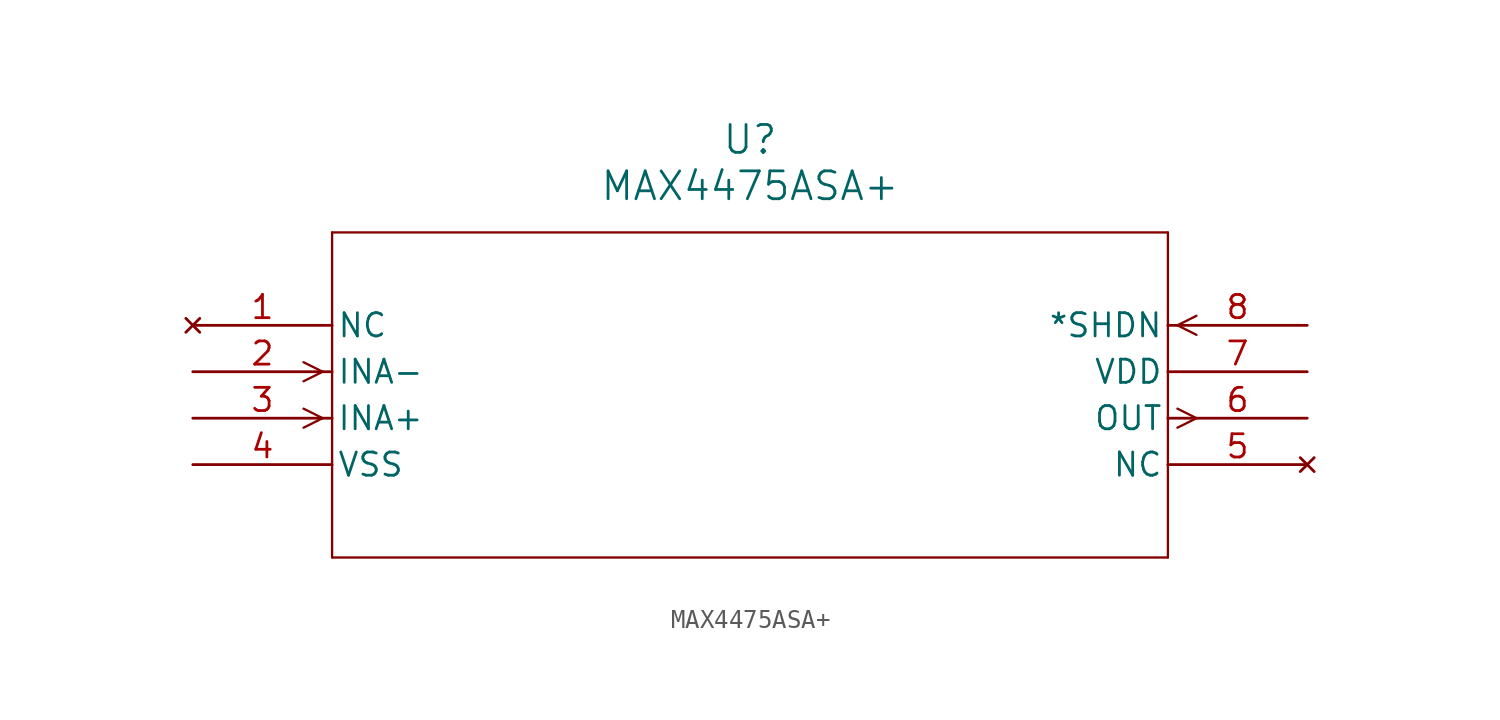
<source format=kicad_sym>
(kicad_symbol_lib
  (version 20211014)
  (generator kicad_symbol_editor)
  (symbol "MAX4475ASA+"
    (pin_names
      (offset 0.254))
    (property "Reference" "U"
      (at 30.48 10.16 0)
      (effects (font (size 1.524 1.524))))
    (property "Value" "MAX4475ASA+"
      (at 30.48 7.62 0)
      (effects (font (size 1.524 1.524))))
    (symbol "MAX4475ASA+_0_1"
      (polyline (pts (xy 7.099 -2.54) (xy 6.058 -2.019)) (stroke (width 0.127) (type default) (color 0 0 0 0)) (fill (type none)))
      (polyline (pts (xy 7.099 -2.54) (xy 6.058 -3.061)) (stroke (width 0.127) (type default) (color 0 0 0 0)) (fill (type none)))
      (polyline (pts (xy 7.099 -5.08) (xy 6.058 -4.559)) (stroke (width 0.127) (type default) (color 0 0 0 0)) (fill (type none)))
      (polyline (pts (xy 7.099 -5.08) (xy 6.058 -5.601)) (stroke (width 0.127) (type default) (color 0 0 0 0)) (fill (type none)))
      (polyline (pts (xy 53.861 -4.559) (xy 54.902 -5.08)) (stroke (width 0.127) (type default) (color 0 0 0 0)) (fill (type none)))
      (polyline (pts (xy 53.861 -5.601) (xy 54.902 -5.08)) (stroke (width 0.127) (type default) (color 0 0 0 0)) (fill (type none)))
      (polyline (pts (xy 53.861 0) (xy 54.902 0.521)) (stroke (width 0.127) (type default) (color 0 0 0 0)) (fill (type none)))
      (polyline (pts (xy 53.861 0) (xy 54.902 -0.521)) (stroke (width 0.127) (type default) (color 0 0 0 0)) (fill (type none)))
      (polyline (pts (xy 7.62 5.08) (xy 7.62 -12.7)) (stroke (width 0.127) (type default) (color 0 0 0 0)) (fill (type none)))
      (polyline (pts (xy 7.62 -12.7) (xy 53.34 -12.7)) (stroke (width 0.127) (type default) (color 0 0 0 0)) (fill (type none)))
      (polyline (pts (xy 53.34 -12.7) (xy 53.34 5.08)) (stroke (width 0.127) (type default) (color 0 0 0 0)) (fill (type none)))
      (polyline (pts (xy 53.34 5.08) (xy 7.62 5.08)) (stroke (width 0.127) (type default) (color 0 0 0 0)) (fill (type none)))
      (pin no_connect line (at 0 0 0) (length 7.62) (name "NC" (effects (font (size 1.27 1.27)))) (number "1" (effects (font (size 1.27 1.27)))))
      (pin input line (at 0 -2.54 0) (length 7.62) (name "INA-" (effects (font (size 1.27 1.27)))) (number "2" (effects (font (size 1.27 1.27)))))
      (pin input line (at 0 -5.08 0) (length 7.62) (name "INA+" (effects (font (size 1.27 1.27)))) (number "3" (effects (font (size 1.27 1.27)))))
      (pin power_in line (at 0 -7.62 0) (length 7.62) (name "VSS" (effects (font (size 1.27 1.27)))) (number "4" (effects (font (size 1.27 1.27)))))
      (pin no_connect line (at 60.96 -7.62 180) (length 7.62) (name "NC" (effects (font (size 1.27 1.27)))) (number "5" (effects (font (size 1.27 1.27)))))
      (pin output line (at 60.96 -5.08 180) (length 7.62) (name "OUT" (effects (font (size 1.27 1.27)))) (number "6" (effects (font (size 1.27 1.27)))))
      (pin power_in line (at 60.96 -2.54 180) (length 7.62) (name "VDD" (effects (font (size 1.27 1.27)))) (number "7" (effects (font (size 1.27 1.27)))))
      (pin input line (at 60.96 0 180) (length 7.62) (name "*SHDN" (effects (font (size 1.27 1.27)))) (number "8" (effects (font (size 1.27 1.27))))))))
</source>
